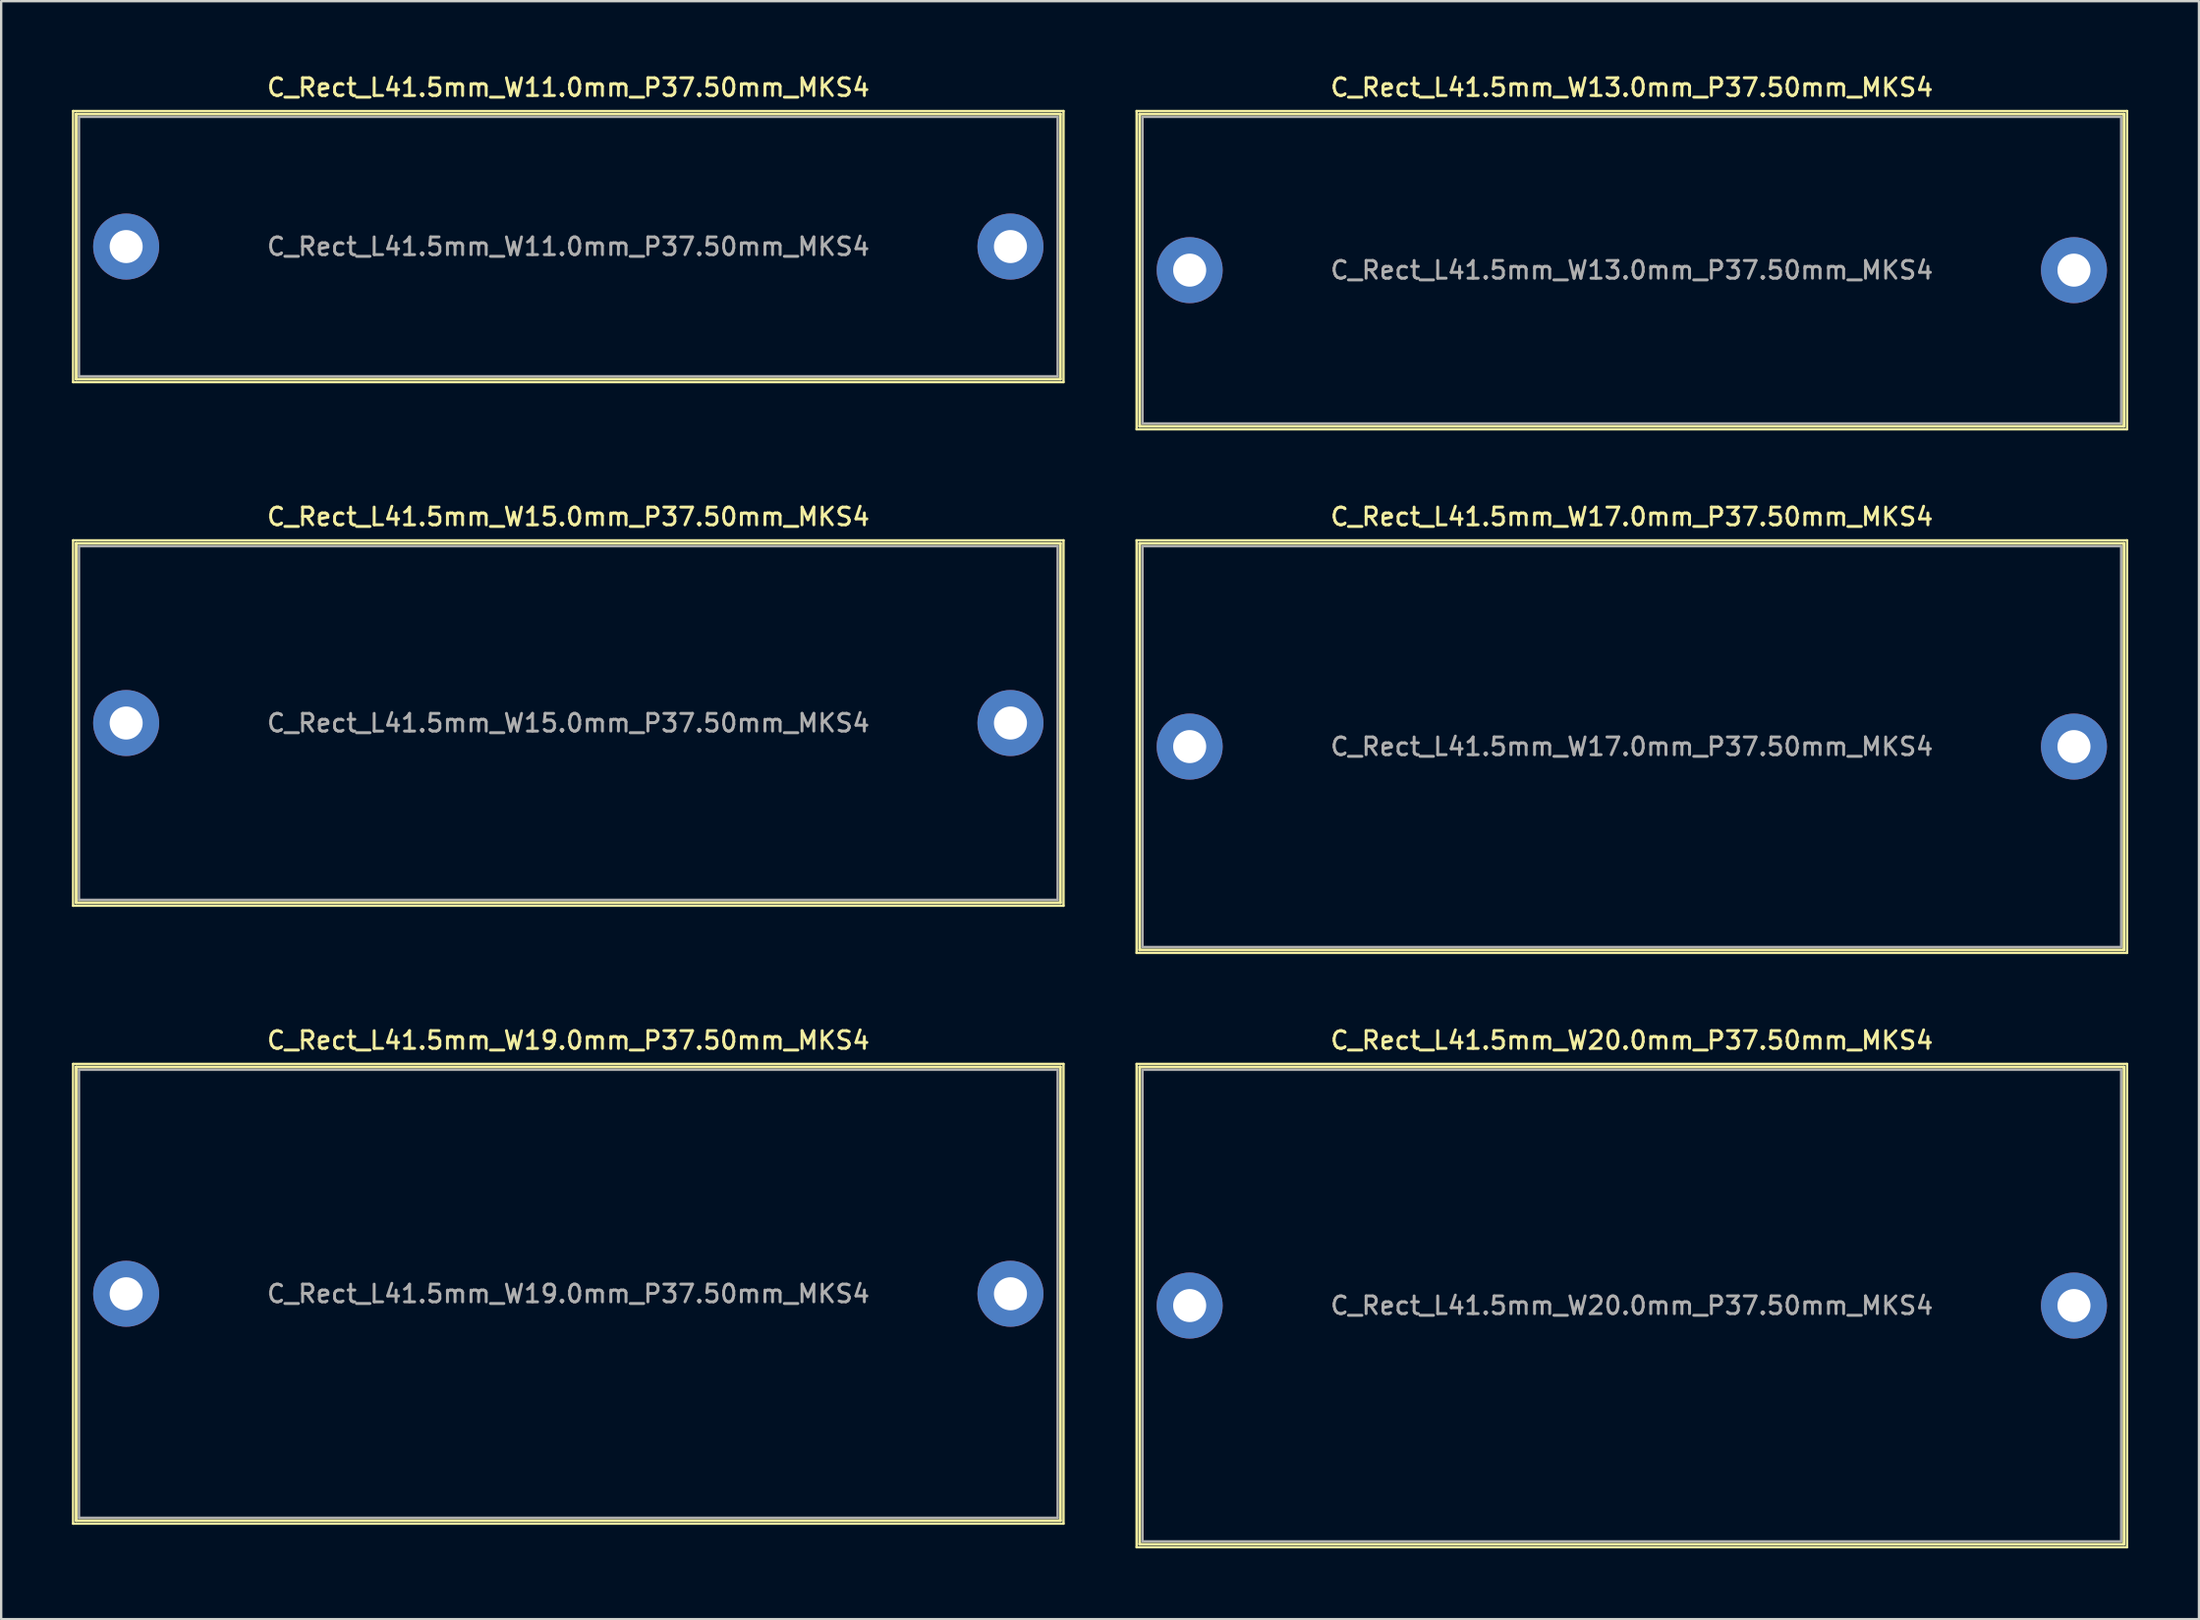
<source format=kicad_pcb>
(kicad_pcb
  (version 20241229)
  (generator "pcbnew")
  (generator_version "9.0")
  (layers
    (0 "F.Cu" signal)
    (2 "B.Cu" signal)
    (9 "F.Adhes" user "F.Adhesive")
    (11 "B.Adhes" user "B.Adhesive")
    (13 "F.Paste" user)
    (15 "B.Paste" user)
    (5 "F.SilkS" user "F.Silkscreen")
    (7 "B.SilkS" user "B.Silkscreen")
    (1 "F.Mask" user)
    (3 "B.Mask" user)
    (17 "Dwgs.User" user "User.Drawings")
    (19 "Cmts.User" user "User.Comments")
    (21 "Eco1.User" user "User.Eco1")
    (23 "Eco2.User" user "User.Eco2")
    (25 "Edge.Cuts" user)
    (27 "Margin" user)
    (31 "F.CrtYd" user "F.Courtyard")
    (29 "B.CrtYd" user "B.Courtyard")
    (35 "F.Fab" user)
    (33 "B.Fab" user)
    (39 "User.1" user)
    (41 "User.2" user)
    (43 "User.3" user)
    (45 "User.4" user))
  (footprint "C_Rect_L41.5mm_W20.0mm_P37.50mm_MKS4"
    (layer "F.Cu")
    (at 47.4 52.324)
    (property "Reference" "C_Rect_L41.5mm_W20.0mm_P37.50mm_MKS4" (at 18.75 -11.25 0) (layer "F.SilkS") (effects (font (size 0.75 0.75) (thickness 0.125))))
    (attr through_hole)
    (fp_line (start -2.25 -10.25) (end -2.25 10.25) (stroke (width 0.1) (type solid)) (layer "F.SilkS"))
    (fp_line (start -2.25 10.25) (end 39.75 10.25) (stroke (width 0.1) (type solid)) (layer "F.SilkS"))
    (fp_line (start -2.12 -10.12) (end -2.12 10.12) (stroke (width 0.12) (type solid)) (layer "F.SilkS"))
    (fp_line (start -2.12 -10.12) (end 39.62 -10.12) (stroke (width 0.12) (type solid)) (layer "F.SilkS"))
    (fp_line (start -2.12 10.12) (end 39.62 10.12) (stroke (width 0.12) (type solid)) (layer "F.SilkS"))
    (fp_line (start 39.62 -10.12) (end 39.62 10.12) (stroke (width 0.12) (type solid)) (layer "F.SilkS"))
    (fp_line (start 39.75 -10.25) (end -2.25 -10.25) (stroke (width 0.1) (type solid)) (layer "F.SilkS"))
    (fp_line (start 39.75 10.25) (end 39.75 -10.25) (stroke (width 0.1) (type solid)) (layer "F.SilkS"))
    (fp_line (start -2 -10) (end -2 10) (stroke (width 0.1) (type solid)) (layer "F.Fab"))
    (fp_line (start -2 10) (end 39.5 10) (stroke (width 0.1) (type solid)) (layer "F.Fab"))
    (fp_line (start 39.5 -10) (end -2 -10) (stroke (width 0.1) (type solid)) (layer "F.Fab"))
    (fp_line (start 39.5 10) (end 39.5 -10) (stroke (width 0.1) (type solid)) (layer "F.Fab"))
    (fp_text user "${REFERENCE}" (at 18.75 0 0) (layer "F.Fab") (effects (font (size 0.75 0.75) (thickness 0.125))))
    (pad "1" thru_hole circle (at 0 0) (size 2.8 2.8) (drill 1.4) (layers "*.Cu" "*.Mask"))
    (pad "2" thru_hole circle (at 37.5 0) (size 2.8 2.8) (drill 1.4) (layers "*.Cu" "*.Mask")))
  (footprint "C_Rect_L41.5mm_W13.0mm_P37.50mm_MKS4"
    (layer "F.Cu")
    (at 47.4 8.408)
    (property "Reference" "C_Rect_L41.5mm_W13.0mm_P37.50mm_MKS4" (at 18.75 -7.75 0) (layer "F.SilkS") (effects (font (size 0.75 0.75) (thickness 0.125))))
    (attr through_hole)
    (fp_line (start -2.25 -6.75) (end -2.25 6.75) (stroke (width 0.1) (type solid)) (layer "F.SilkS"))
    (fp_line (start -2.25 6.75) (end 39.75 6.75) (stroke (width 0.1) (type solid)) (layer "F.SilkS"))
    (fp_line (start -2.12 -6.62) (end -2.12 6.62) (stroke (width 0.12) (type solid)) (layer "F.SilkS"))
    (fp_line (start -2.12 -6.62) (end 39.62 -6.62) (stroke (width 0.12) (type solid)) (layer "F.SilkS"))
    (fp_line (start -2.12 6.62) (end 39.62 6.62) (stroke (width 0.12) (type solid)) (layer "F.SilkS"))
    (fp_line (start 39.62 -6.62) (end 39.62 6.62) (stroke (width 0.12) (type solid)) (layer "F.SilkS"))
    (fp_line (start 39.75 -6.75) (end -2.25 -6.75) (stroke (width 0.1) (type solid)) (layer "F.SilkS"))
    (fp_line (start 39.75 6.75) (end 39.75 -6.75) (stroke (width 0.1) (type solid)) (layer "F.SilkS"))
    (fp_line (start -2 -6.5) (end -2 6.5) (stroke (width 0.1) (type solid)) (layer "F.Fab"))
    (fp_line (start -2 6.5) (end 39.5 6.5) (stroke (width 0.1) (type solid)) (layer "F.Fab"))
    (fp_line (start 39.5 -6.5) (end -2 -6.5) (stroke (width 0.1) (type solid)) (layer "F.Fab"))
    (fp_line (start 39.5 6.5) (end 39.5 -6.5) (stroke (width 0.1) (type solid)) (layer "F.Fab"))
    (fp_text user "${REFERENCE}" (at 18.75 0 0) (layer "F.Fab") (effects (font (size 0.75 0.75) (thickness 0.125))))
    (pad "1" thru_hole circle (at 0 0) (size 2.8 2.8) (drill 1.4) (layers "*.Cu" "*.Mask"))
    (pad "2" thru_hole circle (at 37.5 0) (size 2.8 2.8) (drill 1.4) (layers "*.Cu" "*.Mask")))
  (footprint "C_Rect_L41.5mm_W15.0mm_P37.50mm_MKS4"
    (layer "F.Cu")
    (at 2.3 27.616)
    (property "Reference" "C_Rect_L41.5mm_W15.0mm_P37.50mm_MKS4" (at 18.75 -8.75 0) (layer "F.SilkS") (effects (font (size 0.75 0.75) (thickness 0.125))))
    (attr through_hole)
    (fp_line (start -2.25 -7.75) (end -2.25 7.75) (stroke (width 0.1) (type solid)) (layer "F.SilkS"))
    (fp_line (start -2.25 7.75) (end 39.75 7.75) (stroke (width 0.1) (type solid)) (layer "F.SilkS"))
    (fp_line (start -2.12 -7.62) (end -2.12 7.62) (stroke (width 0.12) (type solid)) (layer "F.SilkS"))
    (fp_line (start -2.12 -7.62) (end 39.62 -7.62) (stroke (width 0.12) (type solid)) (layer "F.SilkS"))
    (fp_line (start -2.12 7.62) (end 39.62 7.62) (stroke (width 0.12) (type solid)) (layer "F.SilkS"))
    (fp_line (start 39.62 -7.62) (end 39.62 7.62) (stroke (width 0.12) (type solid)) (layer "F.SilkS"))
    (fp_line (start 39.75 -7.75) (end -2.25 -7.75) (stroke (width 0.1) (type solid)) (layer "F.SilkS"))
    (fp_line (start 39.75 7.75) (end 39.75 -7.75) (stroke (width 0.1) (type solid)) (layer "F.SilkS"))
    (fp_line (start -2 -7.5) (end -2 7.5) (stroke (width 0.1) (type solid)) (layer "F.Fab"))
    (fp_line (start -2 7.5) (end 39.5 7.5) (stroke (width 0.1) (type solid)) (layer "F.Fab"))
    (fp_line (start 39.5 -7.5) (end -2 -7.5) (stroke (width 0.1) (type solid)) (layer "F.Fab"))
    (fp_line (start 39.5 7.5) (end 39.5 -7.5) (stroke (width 0.1) (type solid)) (layer "F.Fab"))
    (fp_text user "${REFERENCE}" (at 18.75 0 0) (layer "F.Fab") (effects (font (size 0.75 0.75) (thickness 0.125))))
    (pad "1" thru_hole circle (at 0 0) (size 2.8 2.8) (drill 1.4) (layers "*.Cu" "*.Mask"))
    (pad "2" thru_hole circle (at 37.5 0) (size 2.8 2.8) (drill 1.4) (layers "*.Cu" "*.Mask")))
  (footprint "C_Rect_L41.5mm_W19.0mm_P37.50mm_MKS4"
    (layer "F.Cu")
    (at 2.3 51.824)
    (property "Reference" "C_Rect_L41.5mm_W19.0mm_P37.50mm_MKS4" (at 18.75 -10.75 0) (layer "F.SilkS") (effects (font (size 0.75 0.75) (thickness 0.125))))
    (attr through_hole)
    (fp_line (start -2.25 -9.75) (end -2.25 9.75) (stroke (width 0.1) (type solid)) (layer "F.SilkS"))
    (fp_line (start -2.25 9.75) (end 39.75 9.75) (stroke (width 0.1) (type solid)) (layer "F.SilkS"))
    (fp_line (start -2.12 -9.62) (end -2.12 9.62) (stroke (width 0.12) (type solid)) (layer "F.SilkS"))
    (fp_line (start -2.12 -9.62) (end 39.62 -9.62) (stroke (width 0.12) (type solid)) (layer "F.SilkS"))
    (fp_line (start -2.12 9.62) (end 39.62 9.62) (stroke (width 0.12) (type solid)) (layer "F.SilkS"))
    (fp_line (start 39.62 -9.62) (end 39.62 9.62) (stroke (width 0.12) (type solid)) (layer "F.SilkS"))
    (fp_line (start 39.75 -9.75) (end -2.25 -9.75) (stroke (width 0.1) (type solid)) (layer "F.SilkS"))
    (fp_line (start 39.75 9.75) (end 39.75 -9.75) (stroke (width 0.1) (type solid)) (layer "F.SilkS"))
    (fp_line (start -2 -9.5) (end -2 9.5) (stroke (width 0.1) (type solid)) (layer "F.Fab"))
    (fp_line (start -2 9.5) (end 39.5 9.5) (stroke (width 0.1) (type solid)) (layer "F.Fab"))
    (fp_line (start 39.5 -9.5) (end -2 -9.5) (stroke (width 0.1) (type solid)) (layer "F.Fab"))
    (fp_line (start 39.5 9.5) (end 39.5 -9.5) (stroke (width 0.1) (type solid)) (layer "F.Fab"))
    (fp_text user "${REFERENCE}" (at 18.75 0 0) (layer "F.Fab") (effects (font (size 0.75 0.75) (thickness 0.125))))
    (pad "1" thru_hole circle (at 0 0) (size 2.8 2.8) (drill 1.4) (layers "*.Cu" "*.Mask"))
    (pad "2" thru_hole circle (at 37.5 0) (size 2.8 2.8) (drill 1.4) (layers "*.Cu" "*.Mask")))
  (footprint "C_Rect_L41.5mm_W11.0mm_P37.50mm_MKS4"
    (layer "F.Cu")
    (at 2.3 7.408)
    (property "Reference" "C_Rect_L41.5mm_W11.0mm_P37.50mm_MKS4" (at 18.75 -6.75 0) (layer "F.SilkS") (effects (font (size 0.75 0.75) (thickness 0.125))))
    (attr through_hole)
    (fp_line (start -2.25 -5.75) (end -2.25 5.75) (stroke (width 0.1) (type solid)) (layer "F.SilkS"))
    (fp_line (start -2.25 5.75) (end 39.75 5.75) (stroke (width 0.1) (type solid)) (layer "F.SilkS"))
    (fp_line (start -2.12 -5.62) (end -2.12 5.62) (stroke (width 0.12) (type solid)) (layer "F.SilkS"))
    (fp_line (start -2.12 -5.62) (end 39.62 -5.62) (stroke (width 0.12) (type solid)) (layer "F.SilkS"))
    (fp_line (start -2.12 5.62) (end 39.62 5.62) (stroke (width 0.12) (type solid)) (layer "F.SilkS"))
    (fp_line (start 39.62 -5.62) (end 39.62 5.62) (stroke (width 0.12) (type solid)) (layer "F.SilkS"))
    (fp_line (start 39.75 -5.75) (end -2.25 -5.75) (stroke (width 0.1) (type solid)) (layer "F.SilkS"))
    (fp_line (start 39.75 5.75) (end 39.75 -5.75) (stroke (width 0.1) (type solid)) (layer "F.SilkS"))
    (fp_line (start -2 -5.5) (end -2 5.5) (stroke (width 0.1) (type solid)) (layer "F.Fab"))
    (fp_line (start -2 5.5) (end 39.5 5.5) (stroke (width 0.1) (type solid)) (layer "F.Fab"))
    (fp_line (start 39.5 -5.5) (end -2 -5.5) (stroke (width 0.1) (type solid)) (layer "F.Fab"))
    (fp_line (start 39.5 5.5) (end 39.5 -5.5) (stroke (width 0.1) (type solid)) (layer "F.Fab"))
    (fp_text user "${REFERENCE}" (at 18.75 0 0) (layer "F.Fab") (effects (font (size 0.75 0.75) (thickness 0.125))))
    (pad "1" thru_hole circle (at 0 0) (size 2.8 2.8) (drill 1.4) (layers "*.Cu" "*.Mask"))
    (pad "2" thru_hole circle (at 37.5 0) (size 2.8 2.8) (drill 1.4) (layers "*.Cu" "*.Mask")))
  (footprint "C_Rect_L41.5mm_W17.0mm_P37.50mm_MKS4"
    (layer "F.Cu")
    (at 47.4 28.616)
    (property "Reference" "C_Rect_L41.5mm_W17.0mm_P37.50mm_MKS4" (at 18.75 -9.75 0) (layer "F.SilkS") (effects (font (size 0.75 0.75) (thickness 0.125))))
    (attr through_hole)
    (fp_line (start -2.25 -8.75) (end -2.25 8.75) (stroke (width 0.1) (type solid)) (layer "F.SilkS"))
    (fp_line (start -2.25 8.75) (end 39.75 8.75) (stroke (width 0.1) (type solid)) (layer "F.SilkS"))
    (fp_line (start -2.12 -8.62) (end -2.12 8.62) (stroke (width 0.12) (type solid)) (layer "F.SilkS"))
    (fp_line (start -2.12 -8.62) (end 39.62 -8.62) (stroke (width 0.12) (type solid)) (layer "F.SilkS"))
    (fp_line (start -2.12 8.62) (end 39.62 8.62) (stroke (width 0.12) (type solid)) (layer "F.SilkS"))
    (fp_line (start 39.62 -8.62) (end 39.62 8.62) (stroke (width 0.12) (type solid)) (layer "F.SilkS"))
    (fp_line (start 39.75 -8.75) (end -2.25 -8.75) (stroke (width 0.1) (type solid)) (layer "F.SilkS"))
    (fp_line (start 39.75 8.75) (end 39.75 -8.75) (stroke (width 0.1) (type solid)) (layer "F.SilkS"))
    (fp_line (start -2 -8.5) (end -2 8.5) (stroke (width 0.1) (type solid)) (layer "F.Fab"))
    (fp_line (start -2 8.5) (end 39.5 8.5) (stroke (width 0.1) (type solid)) (layer "F.Fab"))
    (fp_line (start 39.5 -8.5) (end -2 -8.5) (stroke (width 0.1) (type solid)) (layer "F.Fab"))
    (fp_line (start 39.5 8.5) (end 39.5 -8.5) (stroke (width 0.1) (type solid)) (layer "F.Fab"))
    (fp_text user "${REFERENCE}" (at 18.75 0 0) (layer "F.Fab") (effects (font (size 0.75 0.75) (thickness 0.125))))
    (pad "1" thru_hole circle (at 0 0) (size 2.8 2.8) (drill 1.4) (layers "*.Cu" "*.Mask"))
    (pad "2" thru_hole circle (at 37.5 0) (size 2.8 2.8) (drill 1.4) (layers "*.Cu" "*.Mask")))
  (gr_rect
    (start -3 -3)
    (end 90.2 65.624)
    (stroke (width 0.1) (type default))
    (fill no)
    (layer "Edge.Cuts")))
</source>
